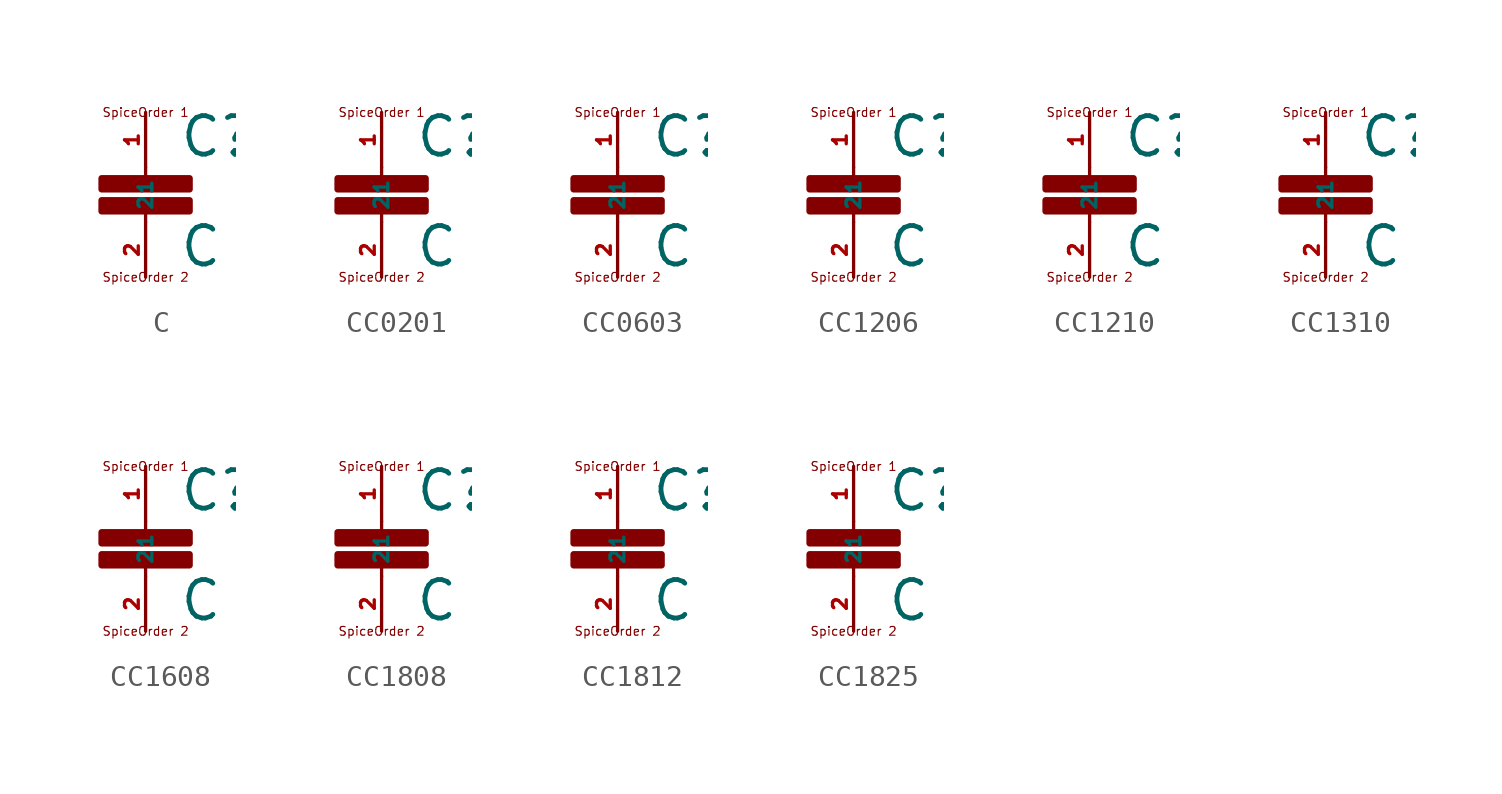
<source format=kicad_sym>
(kicad_symbol_lib
  (version 20220914)
  (generator Eagle2Kicad)
  (symbol "C"
    (property "Reference" "C"
      (at 1.524 0.381 0)
      (effects (font (size 1.778 1.778) (thickness 0.22)) (justify left bottom)))
    (property "Value" "C"
      (at 1.524 -4.699 0)
      (effects (font (size 1.778 1.778) (thickness 0.22)) (justify left bottom)))
    (polyline
      (pts (xy 0 0) (xy 0 -0.508))
      (stroke (width 0.152) (type default))
      (fill (type none)))
    (polyline
      (pts (xy 0 -2.54) (xy 0 -2.032))
      (stroke (width 0.152) (type default))
      (fill (type none)))
    (text "SpiceOrder 1"
      (at 0 2.54 0)
      (effects (font (size 0.406 0.406) (thickness 0.05))))
    (text "SpiceOrder 2"
      (at 0 -5.08 0)
      (effects (font (size 0.406 0.406) (thickness 0.05))))
    (rectangle
      (start -2.032 -2.032)
      (end 2.032 -1.524)
      (stroke (width 0.3) (type default))
      (fill (type outline)))
    (rectangle
      (start -2.032 -1.016)
      (end 2.032 -0.508)
      (stroke (width 0.3) (type default))
      (fill (type outline)))
    (pin passive line
      (at 0 2.54 270)
      (length 2.54)
      (name "1" (effects (font (size 0.635 0.635) (thickness 0.08)) (justify left bottom)))
      (number "1" (effects (font (size 0.635 0.635) (thickness 0.08)) (justify left bottom))))
    (pin passive line
      (at 0 -5.08 90)
      (length 2.54)
      (name "2" (effects (font (size 0.635 0.635) (thickness 0.08)) (justify left bottom)))
      (number "2" (effects (font (size 0.635 0.635) (thickness 0.08)) (justify left bottom)))))
  (symbol "CC0201"
    (property "Reference" "C"
      (at 1.524 0.381 0)
      (effects (font (size 1.778 1.778) (thickness 0.22)) (justify left bottom)))
    (property "Value" "C"
      (at 1.524 -4.699 0)
      (effects (font (size 1.778 1.778) (thickness 0.22)) (justify left bottom)))
    (polyline
      (pts (xy 0 0) (xy 0 -0.508))
      (stroke (width 0.152) (type default))
      (fill (type none)))
    (polyline
      (pts (xy 0 -2.54) (xy 0 -2.032))
      (stroke (width 0.152) (type default))
      (fill (type none)))
    (text "SpiceOrder 1"
      (at 0 2.54 0)
      (effects (font (size 0.406 0.406) (thickness 0.05))))
    (text "SpiceOrder 2"
      (at 0 -5.08 0)
      (effects (font (size 0.406 0.406) (thickness 0.05))))
    (rectangle
      (start -2.032 -2.032)
      (end 2.032 -1.524)
      (stroke (width 0.3) (type default))
      (fill (type outline)))
    (rectangle
      (start -2.032 -1.016)
      (end 2.032 -0.508)
      (stroke (width 0.3) (type default))
      (fill (type outline)))
    (pin passive line
      (at 0 2.54 270)
      (length 2.54)
      (name "1" (effects (font (size 0.635 0.635) (thickness 0.08)) (justify left bottom)))
      (number "1" (effects (font (size 0.635 0.635) (thickness 0.08)) (justify left bottom))))
    (pin passive line
      (at 0 -5.08 90)
      (length 2.54)
      (name "2" (effects (font (size 0.635 0.635) (thickness 0.08)) (justify left bottom)))
      (number "2" (effects (font (size 0.635 0.635) (thickness 0.08)) (justify left bottom)))))
  (symbol "CC0603"
    (property "Reference" "C"
      (at 1.524 0.381 0)
      (effects (font (size 1.778 1.778) (thickness 0.22)) (justify left bottom)))
    (property "Value" "C"
      (at 1.524 -4.699 0)
      (effects (font (size 1.778 1.778) (thickness 0.22)) (justify left bottom)))
    (polyline
      (pts (xy 0 0) (xy 0 -0.508))
      (stroke (width 0.152) (type default))
      (fill (type none)))
    (polyline
      (pts (xy 0 -2.54) (xy 0 -2.032))
      (stroke (width 0.152) (type default))
      (fill (type none)))
    (text "SpiceOrder 1"
      (at 0 2.54 0)
      (effects (font (size 0.406 0.406) (thickness 0.05))))
    (text "SpiceOrder 2"
      (at 0 -5.08 0)
      (effects (font (size 0.406 0.406) (thickness 0.05))))
    (rectangle
      (start -2.032 -2.032)
      (end 2.032 -1.524)
      (stroke (width 0.3) (type default))
      (fill (type outline)))
    (rectangle
      (start -2.032 -1.016)
      (end 2.032 -0.508)
      (stroke (width 0.3) (type default))
      (fill (type outline)))
    (pin passive line
      (at 0 2.54 270)
      (length 2.54)
      (name "1" (effects (font (size 0.635 0.635) (thickness 0.08)) (justify left bottom)))
      (number "1" (effects (font (size 0.635 0.635) (thickness 0.08)) (justify left bottom))))
    (pin passive line
      (at 0 -5.08 90)
      (length 2.54)
      (name "2" (effects (font (size 0.635 0.635) (thickness 0.08)) (justify left bottom)))
      (number "2" (effects (font (size 0.635 0.635) (thickness 0.08)) (justify left bottom)))))
  (symbol "CC1206"
    (property "Reference" "C"
      (at 1.524 0.381 0)
      (effects (font (size 1.778 1.778) (thickness 0.22)) (justify left bottom)))
    (property "Value" "C"
      (at 1.524 -4.699 0)
      (effects (font (size 1.778 1.778) (thickness 0.22)) (justify left bottom)))
    (polyline
      (pts (xy 0 0) (xy 0 -0.508))
      (stroke (width 0.152) (type default))
      (fill (type none)))
    (polyline
      (pts (xy 0 -2.54) (xy 0 -2.032))
      (stroke (width 0.152) (type default))
      (fill (type none)))
    (text "SpiceOrder 1"
      (at 0 2.54 0)
      (effects (font (size 0.406 0.406) (thickness 0.05))))
    (text "SpiceOrder 2"
      (at 0 -5.08 0)
      (effects (font (size 0.406 0.406) (thickness 0.05))))
    (rectangle
      (start -2.032 -2.032)
      (end 2.032 -1.524)
      (stroke (width 0.3) (type default))
      (fill (type outline)))
    (rectangle
      (start -2.032 -1.016)
      (end 2.032 -0.508)
      (stroke (width 0.3) (type default))
      (fill (type outline)))
    (pin passive line
      (at 0 2.54 270)
      (length 2.54)
      (name "1" (effects (font (size 0.635 0.635) (thickness 0.08)) (justify left bottom)))
      (number "1" (effects (font (size 0.635 0.635) (thickness 0.08)) (justify left bottom))))
    (pin passive line
      (at 0 -5.08 90)
      (length 2.54)
      (name "2" (effects (font (size 0.635 0.635) (thickness 0.08)) (justify left bottom)))
      (number "2" (effects (font (size 0.635 0.635) (thickness 0.08)) (justify left bottom)))))
  (symbol "CC1210"
    (property "Reference" "C"
      (at 1.524 0.381 0)
      (effects (font (size 1.778 1.778) (thickness 0.22)) (justify left bottom)))
    (property "Value" "C"
      (at 1.524 -4.699 0)
      (effects (font (size 1.778 1.778) (thickness 0.22)) (justify left bottom)))
    (polyline
      (pts (xy 0 0) (xy 0 -0.508))
      (stroke (width 0.152) (type default))
      (fill (type none)))
    (polyline
      (pts (xy 0 -2.54) (xy 0 -2.032))
      (stroke (width 0.152) (type default))
      (fill (type none)))
    (text "SpiceOrder 1"
      (at 0 2.54 0)
      (effects (font (size 0.406 0.406) (thickness 0.05))))
    (text "SpiceOrder 2"
      (at 0 -5.08 0)
      (effects (font (size 0.406 0.406) (thickness 0.05))))
    (rectangle
      (start -2.032 -2.032)
      (end 2.032 -1.524)
      (stroke (width 0.3) (type default))
      (fill (type outline)))
    (rectangle
      (start -2.032 -1.016)
      (end 2.032 -0.508)
      (stroke (width 0.3) (type default))
      (fill (type outline)))
    (pin passive line
      (at 0 2.54 270)
      (length 2.54)
      (name "1" (effects (font (size 0.635 0.635) (thickness 0.08)) (justify left bottom)))
      (number "1" (effects (font (size 0.635 0.635) (thickness 0.08)) (justify left bottom))))
    (pin passive line
      (at 0 -5.08 90)
      (length 2.54)
      (name "2" (effects (font (size 0.635 0.635) (thickness 0.08)) (justify left bottom)))
      (number "2" (effects (font (size 0.635 0.635) (thickness 0.08)) (justify left bottom)))))
  (symbol "CC1310"
    (property "Reference" "C"
      (at 1.524 0.381 0)
      (effects (font (size 1.778 1.778) (thickness 0.22)) (justify left bottom)))
    (property "Value" "C"
      (at 1.524 -4.699 0)
      (effects (font (size 1.778 1.778) (thickness 0.22)) (justify left bottom)))
    (polyline
      (pts (xy 0 0) (xy 0 -0.508))
      (stroke (width 0.152) (type default))
      (fill (type none)))
    (polyline
      (pts (xy 0 -2.54) (xy 0 -2.032))
      (stroke (width 0.152) (type default))
      (fill (type none)))
    (text "SpiceOrder 1"
      (at 0 2.54 0)
      (effects (font (size 0.406 0.406) (thickness 0.05))))
    (text "SpiceOrder 2"
      (at 0 -5.08 0)
      (effects (font (size 0.406 0.406) (thickness 0.05))))
    (rectangle
      (start -2.032 -2.032)
      (end 2.032 -1.524)
      (stroke (width 0.3) (type default))
      (fill (type outline)))
    (rectangle
      (start -2.032 -1.016)
      (end 2.032 -0.508)
      (stroke (width 0.3) (type default))
      (fill (type outline)))
    (pin passive line
      (at 0 2.54 270)
      (length 2.54)
      (name "1" (effects (font (size 0.635 0.635) (thickness 0.08)) (justify left bottom)))
      (number "1" (effects (font (size 0.635 0.635) (thickness 0.08)) (justify left bottom))))
    (pin passive line
      (at 0 -5.08 90)
      (length 2.54)
      (name "2" (effects (font (size 0.635 0.635) (thickness 0.08)) (justify left bottom)))
      (number "2" (effects (font (size 0.635 0.635) (thickness 0.08)) (justify left bottom)))))
  (symbol "CC1608"
    (property "Reference" "C"
      (at 1.524 0.381 0)
      (effects (font (size 1.778 1.778) (thickness 0.22)) (justify left bottom)))
    (property "Value" "C"
      (at 1.524 -4.699 0)
      (effects (font (size 1.778 1.778) (thickness 0.22)) (justify left bottom)))
    (polyline
      (pts (xy 0 0) (xy 0 -0.508))
      (stroke (width 0.152) (type default))
      (fill (type none)))
    (polyline
      (pts (xy 0 -2.54) (xy 0 -2.032))
      (stroke (width 0.152) (type default))
      (fill (type none)))
    (text "SpiceOrder 1"
      (at 0 2.54 0)
      (effects (font (size 0.406 0.406) (thickness 0.05))))
    (text "SpiceOrder 2"
      (at 0 -5.08 0)
      (effects (font (size 0.406 0.406) (thickness 0.05))))
    (rectangle
      (start -2.032 -2.032)
      (end 2.032 -1.524)
      (stroke (width 0.3) (type default))
      (fill (type outline)))
    (rectangle
      (start -2.032 -1.016)
      (end 2.032 -0.508)
      (stroke (width 0.3) (type default))
      (fill (type outline)))
    (pin passive line
      (at 0 2.54 270)
      (length 2.54)
      (name "1" (effects (font (size 0.635 0.635) (thickness 0.08)) (justify left bottom)))
      (number "1" (effects (font (size 0.635 0.635) (thickness 0.08)) (justify left bottom))))
    (pin passive line
      (at 0 -5.08 90)
      (length 2.54)
      (name "2" (effects (font (size 0.635 0.635) (thickness 0.08)) (justify left bottom)))
      (number "2" (effects (font (size 0.635 0.635) (thickness 0.08)) (justify left bottom)))))
  (symbol "CC1808"
    (property "Reference" "C"
      (at 1.524 0.381 0)
      (effects (font (size 1.778 1.778) (thickness 0.22)) (justify left bottom)))
    (property "Value" "C"
      (at 1.524 -4.699 0)
      (effects (font (size 1.778 1.778) (thickness 0.22)) (justify left bottom)))
    (polyline
      (pts (xy 0 0) (xy 0 -0.508))
      (stroke (width 0.152) (type default))
      (fill (type none)))
    (polyline
      (pts (xy 0 -2.54) (xy 0 -2.032))
      (stroke (width 0.152) (type default))
      (fill (type none)))
    (text "SpiceOrder 1"
      (at 0 2.54 0)
      (effects (font (size 0.406 0.406) (thickness 0.05))))
    (text "SpiceOrder 2"
      (at 0 -5.08 0)
      (effects (font (size 0.406 0.406) (thickness 0.05))))
    (rectangle
      (start -2.032 -2.032)
      (end 2.032 -1.524)
      (stroke (width 0.3) (type default))
      (fill (type outline)))
    (rectangle
      (start -2.032 -1.016)
      (end 2.032 -0.508)
      (stroke (width 0.3) (type default))
      (fill (type outline)))
    (pin passive line
      (at 0 2.54 270)
      (length 2.54)
      (name "1" (effects (font (size 0.635 0.635) (thickness 0.08)) (justify left bottom)))
      (number "1" (effects (font (size 0.635 0.635) (thickness 0.08)) (justify left bottom))))
    (pin passive line
      (at 0 -5.08 90)
      (length 2.54)
      (name "2" (effects (font (size 0.635 0.635) (thickness 0.08)) (justify left bottom)))
      (number "2" (effects (font (size 0.635 0.635) (thickness 0.08)) (justify left bottom)))))
  (symbol "CC1812"
    (property "Reference" "C"
      (at 1.524 0.381 0)
      (effects (font (size 1.778 1.778) (thickness 0.22)) (justify left bottom)))
    (property "Value" "C"
      (at 1.524 -4.699 0)
      (effects (font (size 1.778 1.778) (thickness 0.22)) (justify left bottom)))
    (polyline
      (pts (xy 0 0) (xy 0 -0.508))
      (stroke (width 0.152) (type default))
      (fill (type none)))
    (polyline
      (pts (xy 0 -2.54) (xy 0 -2.032))
      (stroke (width 0.152) (type default))
      (fill (type none)))
    (text "SpiceOrder 1"
      (at 0 2.54 0)
      (effects (font (size 0.406 0.406) (thickness 0.05))))
    (text "SpiceOrder 2"
      (at 0 -5.08 0)
      (effects (font (size 0.406 0.406) (thickness 0.05))))
    (rectangle
      (start -2.032 -2.032)
      (end 2.032 -1.524)
      (stroke (width 0.3) (type default))
      (fill (type outline)))
    (rectangle
      (start -2.032 -1.016)
      (end 2.032 -0.508)
      (stroke (width 0.3) (type default))
      (fill (type outline)))
    (pin passive line
      (at 0 2.54 270)
      (length 2.54)
      (name "1" (effects (font (size 0.635 0.635) (thickness 0.08)) (justify left bottom)))
      (number "1" (effects (font (size 0.635 0.635) (thickness 0.08)) (justify left bottom))))
    (pin passive line
      (at 0 -5.08 90)
      (length 2.54)
      (name "2" (effects (font (size 0.635 0.635) (thickness 0.08)) (justify left bottom)))
      (number "2" (effects (font (size 0.635 0.635) (thickness 0.08)) (justify left bottom)))))
  (symbol "CC1825"
    (property "Reference" "C"
      (at 1.524 0.381 0)
      (effects (font (size 1.778 1.778) (thickness 0.22)) (justify left bottom)))
    (property "Value" "C"
      (at 1.524 -4.699 0)
      (effects (font (size 1.778 1.778) (thickness 0.22)) (justify left bottom)))
    (polyline
      (pts (xy 0 0) (xy 0 -0.508))
      (stroke (width 0.152) (type default))
      (fill (type none)))
    (polyline
      (pts (xy 0 -2.54) (xy 0 -2.032))
      (stroke (width 0.152) (type default))
      (fill (type none)))
    (text "SpiceOrder 1"
      (at 0 2.54 0)
      (effects (font (size 0.406 0.406) (thickness 0.05))))
    (text "SpiceOrder 2"
      (at 0 -5.08 0)
      (effects (font (size 0.406 0.406) (thickness 0.05))))
    (rectangle
      (start -2.032 -2.032)
      (end 2.032 -1.524)
      (stroke (width 0.3) (type default))
      (fill (type outline)))
    (rectangle
      (start -2.032 -1.016)
      (end 2.032 -0.508)
      (stroke (width 0.3) (type default))
      (fill (type outline)))
    (pin passive line
      (at 0 2.54 270)
      (length 2.54)
      (name "1" (effects (font (size 0.635 0.635) (thickness 0.08)) (justify left bottom)))
      (number "1" (effects (font (size 0.635 0.635) (thickness 0.08)) (justify left bottom))))
    (pin passive line
      (at 0 -5.08 90)
      (length 2.54)
      (name "2" (effects (font (size 0.635 0.635) (thickness 0.08)) (justify left bottom)))
      (number "2" (effects (font (size 0.635 0.635) (thickness 0.08)) (justify left bottom))))))
</source>
